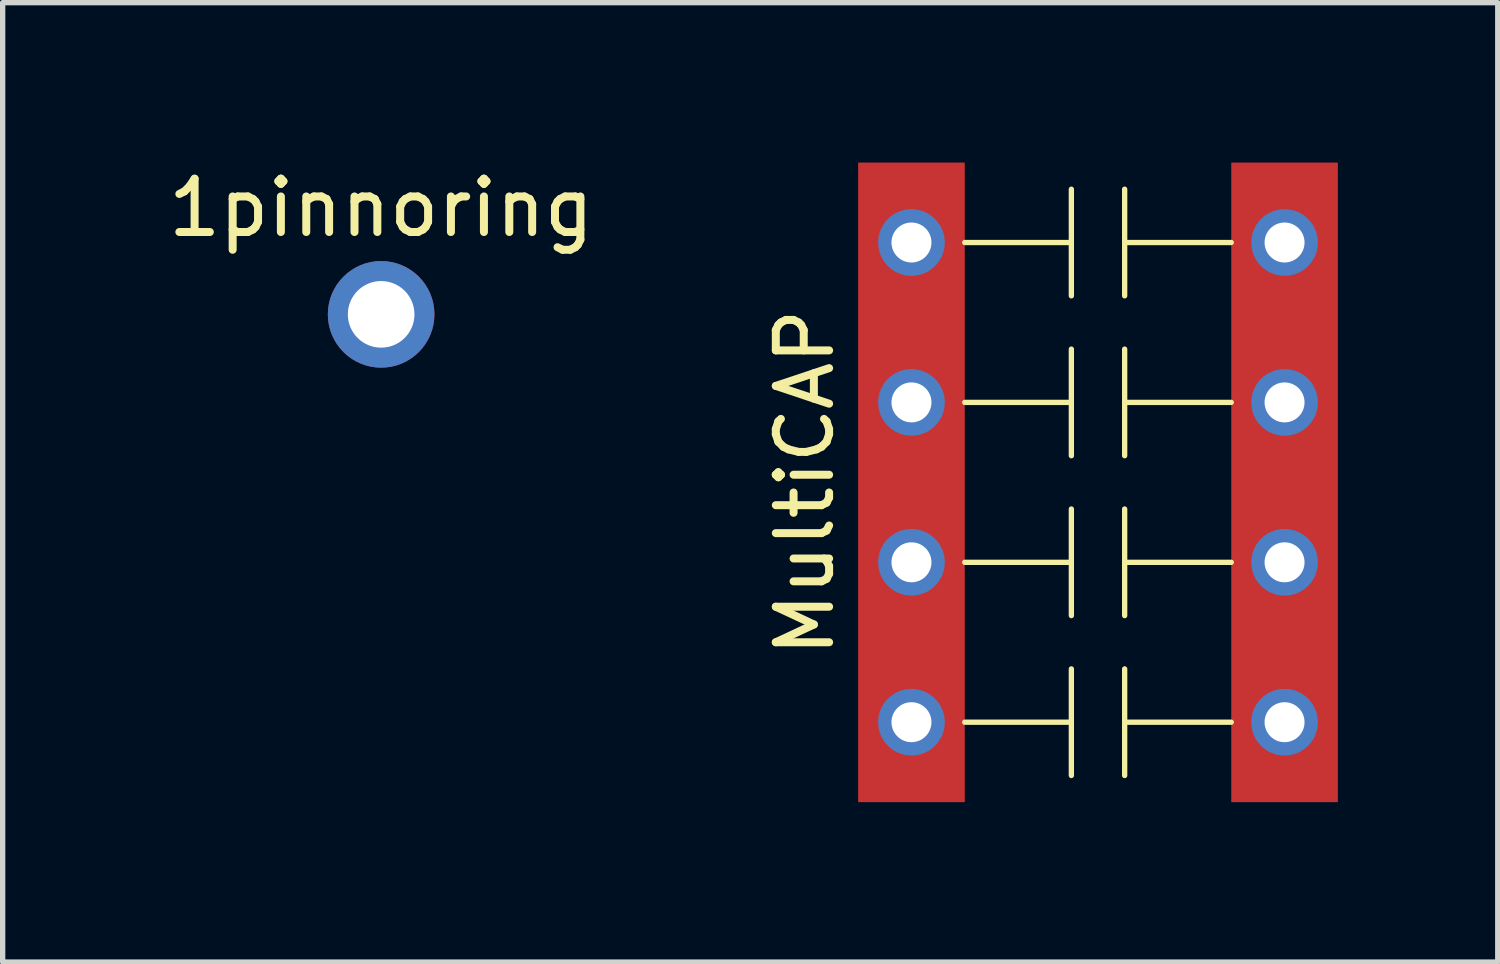
<source format=kicad_pcb>
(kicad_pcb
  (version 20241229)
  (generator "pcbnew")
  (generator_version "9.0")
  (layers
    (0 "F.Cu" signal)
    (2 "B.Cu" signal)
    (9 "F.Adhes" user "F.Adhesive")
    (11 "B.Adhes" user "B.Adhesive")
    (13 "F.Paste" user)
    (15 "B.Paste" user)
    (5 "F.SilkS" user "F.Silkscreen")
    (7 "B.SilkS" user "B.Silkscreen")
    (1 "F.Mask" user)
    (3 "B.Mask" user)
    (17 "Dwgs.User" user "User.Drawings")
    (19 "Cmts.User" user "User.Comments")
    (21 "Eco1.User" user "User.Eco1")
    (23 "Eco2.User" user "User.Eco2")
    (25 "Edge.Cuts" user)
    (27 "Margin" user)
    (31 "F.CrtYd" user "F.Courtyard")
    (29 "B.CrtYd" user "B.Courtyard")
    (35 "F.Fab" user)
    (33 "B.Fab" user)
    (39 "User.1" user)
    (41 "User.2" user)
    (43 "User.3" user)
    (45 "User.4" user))
  (footprint "MultiCAP"
    (layer "F.Cu")
    (at 17.051 6.5)
    (property "Reference" "MultiCAP" (at -5 -0.5 90) (layer "F.SilkS") (effects (font (size 1 1) (thickness 0.15))))
    (attr through_hole)
    (fp_line (start -2 -5) (end 0 -5) (stroke (width 0.1) (type solid)) (layer "F.SilkS"))
    (fp_line (start -2 -2) (end 0 -2) (stroke (width 0.1) (type solid)) (layer "F.SilkS"))
    (fp_line (start -2 1) (end 0 1) (stroke (width 0.1) (type solid)) (layer "F.SilkS"))
    (fp_line (start -2 4) (end 0 4) (stroke (width 0.1) (type solid)) (layer "F.SilkS"))
    (fp_line (start 0 -6) (end 0 -4) (stroke (width 0.1) (type solid)) (layer "F.SilkS"))
    (fp_line (start 0 -3) (end 0 -1) (stroke (width 0.1) (type solid)) (layer "F.SilkS"))
    (fp_line (start 0 0) (end 0 2) (stroke (width 0.1) (type solid)) (layer "F.SilkS"))
    (fp_line (start 0 3) (end 0 5) (stroke (width 0.1) (type solid)) (layer "F.SilkS"))
    (fp_line (start 1 -6) (end 1 -4) (stroke (width 0.1) (type solid)) (layer "F.SilkS"))
    (fp_line (start 1 -5) (end 3 -5) (stroke (width 0.1) (type solid)) (layer "F.SilkS"))
    (fp_line (start 1 -3) (end 1 -1) (stroke (width 0.1) (type solid)) (layer "F.SilkS"))
    (fp_line (start 1 -2) (end 3 -2) (stroke (width 0.1) (type solid)) (layer "F.SilkS"))
    (fp_line (start 1 0) (end 1 2) (stroke (width 0.1) (type solid)) (layer "F.SilkS"))
    (fp_line (start 1 1) (end 3 1) (stroke (width 0.1) (type solid)) (layer "F.SilkS"))
    (fp_line (start 1 3) (end 1 5) (stroke (width 0.1) (type solid)) (layer "F.SilkS"))
    (fp_line (start 1 4) (end 3 4) (stroke (width 0.1) (type solid)) (layer "F.SilkS"))
    (pad "1" thru_hole circle (at 4 -5) (size 1.25 1.25) (drill 0.75) (layers "*.Cu" "*.Mask"))
    (pad "1" thru_hole circle (at 4 -2) (size 1.25 1.25) (drill 0.75) (layers "*.Cu" "*.Mask"))
    (pad "1" smd rect (at 4 -0.5) (size 2 12) (layers "F.Cu" "F.Mask" "F.Paste"))
    (pad "1" thru_hole circle (at 4 1) (size 1.25 1.25) (drill 0.75) (layers "*.Cu" "*.Mask"))
    (pad "1" thru_hole circle (at 4 4) (size 1.25 1.25) (drill 0.75) (layers "*.Cu" "*.Mask"))
    (pad "2" thru_hole circle (at -3 -5) (size 1.25 1.25) (drill 0.75) (layers "*.Cu" "*.Mask"))
    (pad "2" thru_hole circle (at -3 -2) (size 1.25 1.25) (drill 0.75) (layers "*.Cu" "*.Mask"))
    (pad "2" smd rect (at -3 -0.5) (size 2 12) (layers "F.Cu" "F.Mask" "F.Paste"))
    (pad "2" thru_hole circle (at -3 1) (size 1.25 1.25) (drill 0.75) (layers "*.Cu" "*.Mask"))
    (pad "2" thru_hole circle (at -3 4) (size 1.25 1.25) (drill 0.75) (layers "*.Cu" "*.Mask")))
  (footprint "1pinnoring"
    (layer "F.Cu")
    (at 4.101 2.848)
    (property "Reference" "1pinnoring" (at 0 -2 0) (layer "F.SilkS") (effects (font (size 1 1) (thickness 0.15))))
    (attr through_hole)
    (pad "1" thru_hole circle (at 0 0) (size 2 2) (drill 1.25) (layers "*.Cu" "*.Mask")))
  (gr_rect
    (start -3 -3)
    (end 25.051 15)
    (stroke (width 0.1) (type default))
    (fill no)
    (layer "Edge.Cuts")))
</source>
